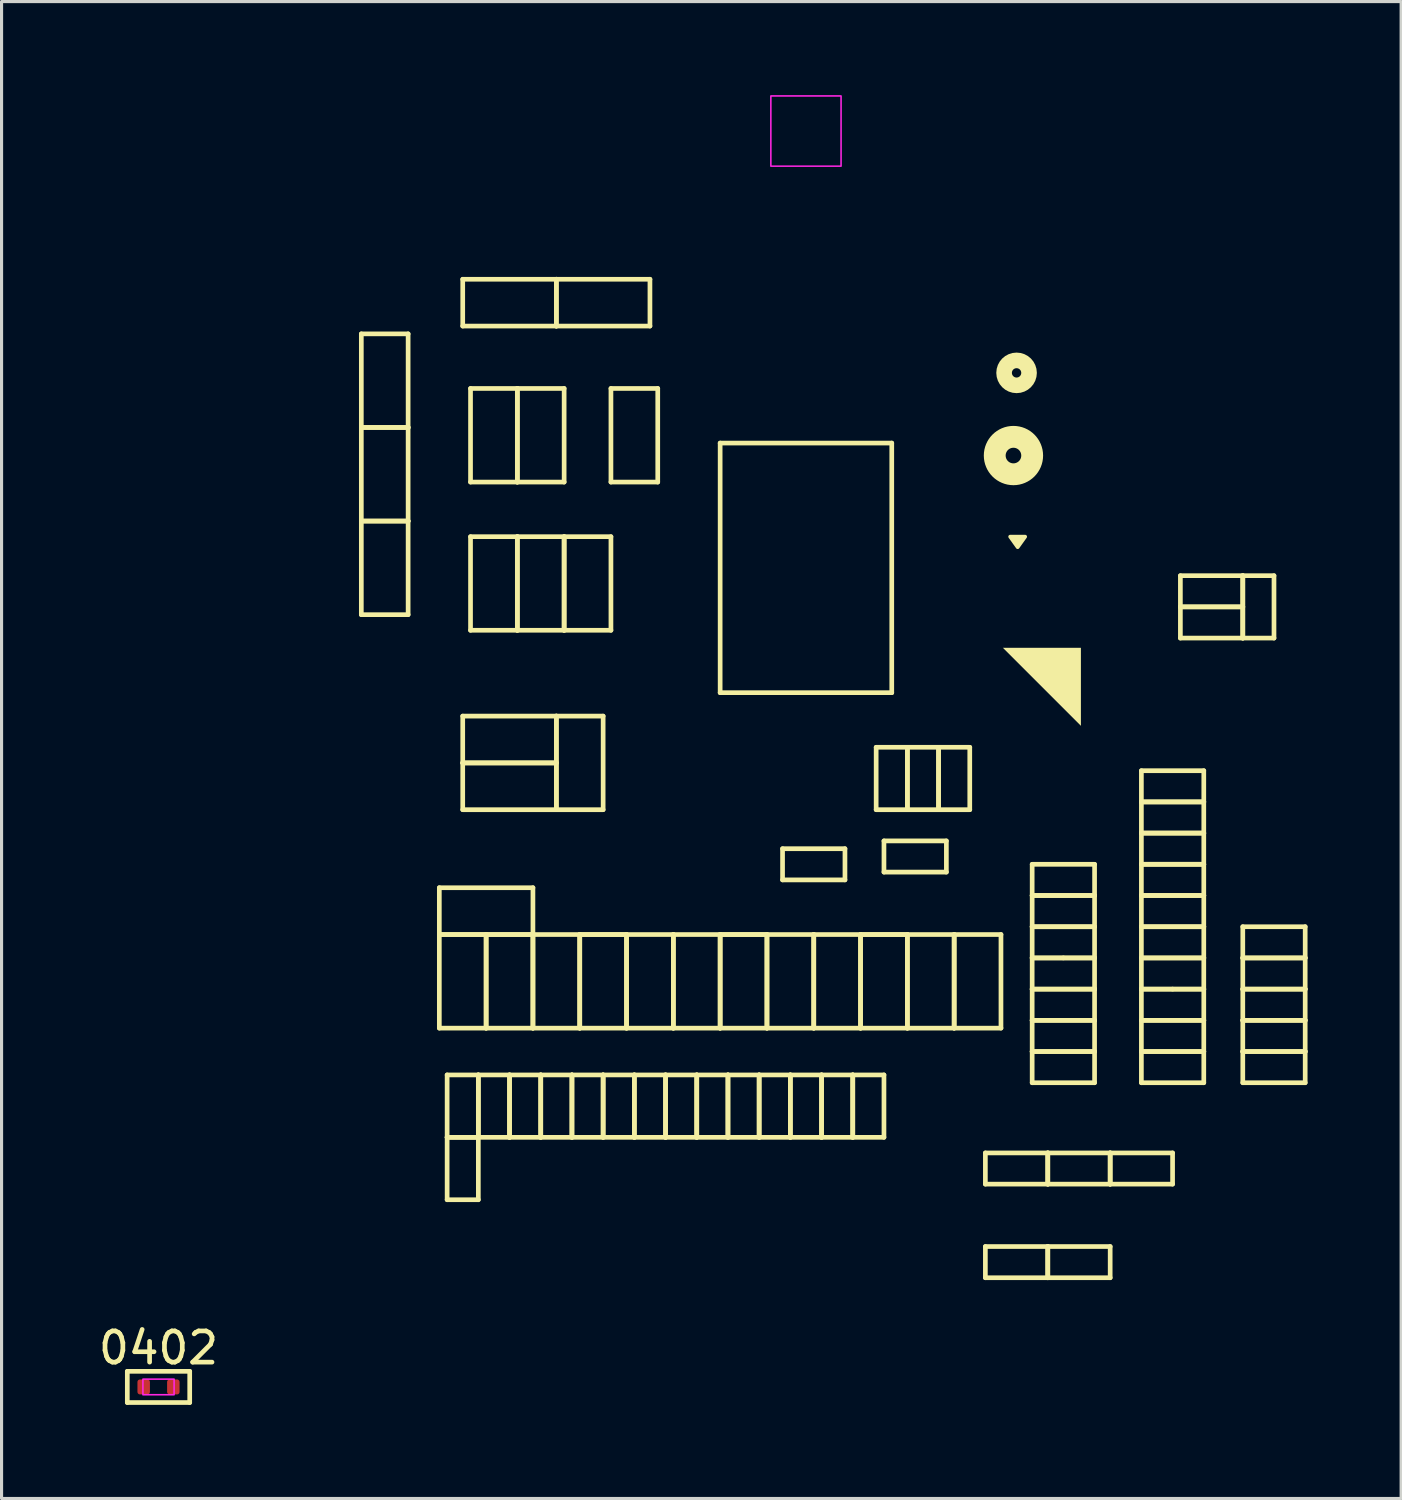
<source format=kicad_pcb>
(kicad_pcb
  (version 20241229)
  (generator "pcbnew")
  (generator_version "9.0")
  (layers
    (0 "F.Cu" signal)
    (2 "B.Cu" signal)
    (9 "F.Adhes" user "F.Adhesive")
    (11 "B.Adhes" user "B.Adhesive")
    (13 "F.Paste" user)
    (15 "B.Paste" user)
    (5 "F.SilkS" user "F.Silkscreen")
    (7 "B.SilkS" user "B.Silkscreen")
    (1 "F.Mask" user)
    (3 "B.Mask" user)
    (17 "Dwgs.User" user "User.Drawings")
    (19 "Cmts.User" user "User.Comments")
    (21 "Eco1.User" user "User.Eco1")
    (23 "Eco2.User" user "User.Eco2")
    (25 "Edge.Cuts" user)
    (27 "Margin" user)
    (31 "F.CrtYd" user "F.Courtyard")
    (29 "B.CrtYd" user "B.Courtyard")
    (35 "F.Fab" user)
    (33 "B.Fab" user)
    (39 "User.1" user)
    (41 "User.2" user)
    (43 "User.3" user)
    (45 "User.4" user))
  (footprint "0402"
    (layer "F.Cu")
    (at 2.03 41.4)
    (property "Reference" "0402" (at 0 -1.25 0) (layer "F.SilkS") (effects (font (size 1 1) (thickness 0.15))))
    (fp_line (start -1 -0.5) (end 1 -0.5) (stroke (width 0.15) (type solid)) (layer "F.SilkS"))
    (fp_line (start -1 0.5) (end -1 -0.5) (stroke (width 0.15) (type solid)) (layer "F.SilkS"))
    (fp_line (start -1 0.5) (end 1 0.5) (stroke (width 0.15) (type solid)) (layer "F.SilkS"))
    (fp_line (start 1 0.5) (end 1 -0.5) (stroke (width 0.15) (type solid)) (layer "F.SilkS"))
    (fp_line (start 6.5 -30.75) (end 6.5 -33.75) (stroke (width 0.15) (type solid)) (layer "F.SilkS"))
    (fp_line (start 6.5 -27.75) (end 6.5 -30.75) (stroke (width 0.15) (type solid)) (layer "F.SilkS"))
    (fp_line (start 6.5 -24.75) (end 6.5 -27.75) (stroke (width 0.15) (type solid)) (layer "F.SilkS"))
    (fp_line (start 8 -33.75) (end 6.5 -33.75) (stroke (width 0.15) (type solid)) (layer "F.SilkS"))
    (fp_line (start 8 -30.75) (end 6.5 -30.75) (stroke (width 0.15) (type solid)) (layer "F.SilkS"))
    (fp_line (start 8 -30.75) (end 6.5 -30.75) (stroke (width 0.15) (type solid)) (layer "F.SilkS"))
    (fp_line (start 8 -30.75) (end 8 -33.75) (stroke (width 0.15) (type solid)) (layer "F.SilkS"))
    (fp_line (start 8 -27.75) (end 6.5 -27.75) (stroke (width 0.15) (type solid)) (layer "F.SilkS"))
    (fp_line (start 8 -27.75) (end 6.5 -27.75) (stroke (width 0.15) (type solid)) (layer "F.SilkS"))
    (fp_line (start 8 -27.75) (end 8 -30.75) (stroke (width 0.15) (type solid)) (layer "F.SilkS"))
    (fp_line (start 8 -24.75) (end 6.5 -24.75) (stroke (width 0.15) (type solid)) (layer "F.SilkS"))
    (fp_line (start 8 -24.75) (end 8 -27.75) (stroke (width 0.15) (type solid)) (layer "F.SilkS"))
    (fp_line (start 9 -16) (end 9 -14.5) (stroke (width 0.15) (type solid)) (layer "F.SilkS"))
    (fp_line (start 9 -14.5) (end 9 -11.5) (stroke (width 0.15) (type solid)) (layer "F.SilkS"))
    (fp_line (start 9 -14.5) (end 10.5 -14.5) (stroke (width 0.15) (type solid)) (layer "F.SilkS"))
    (fp_line (start 9 -11.5) (end 10.5 -11.5) (stroke (width 0.15) (type solid)) (layer "F.SilkS"))
    (fp_line (start 9.25 -8) (end 9.25 -10) (stroke (width 0.15) (type solid)) (layer "F.SilkS"))
    (fp_line (start 9.25 -6) (end 9.25 -8) (stroke (width 0.15) (type solid)) (layer "F.SilkS"))
    (fp_line (start 9.75 -35.5) (end 9.75 -34) (stroke (width 0.15) (type solid)) (layer "F.SilkS"))
    (fp_line (start 9.75 -21.5) (end 9.75 -20) (stroke (width 0.15) (type solid)) (layer "F.SilkS"))
    (fp_line (start 9.75 -20) (end 9.75 -18.5) (stroke (width 0.15) (type solid)) (layer "F.SilkS"))
    (fp_line (start 10 -29) (end 10 -32) (stroke (width 0.15) (type solid)) (layer "F.SilkS"))
    (fp_line (start 10 -24.25) (end 10 -27.25) (stroke (width 0.15) (type solid)) (layer "F.SilkS"))
    (fp_line (start 10.25 -10) (end 9.25 -10) (stroke (width 0.15) (type solid)) (layer "F.SilkS"))
    (fp_line (start 10.25 -8) (end 9.25 -8) (stroke (width 0.15) (type solid)) (layer "F.SilkS"))
    (fp_line (start 10.25 -8) (end 9.25 -8) (stroke (width 0.15) (type solid)) (layer "F.SilkS"))
    (fp_line (start 10.25 -8) (end 10.25 -10) (stroke (width 0.15) (type solid)) (layer "F.SilkS"))
    (fp_line (start 10.25 -8) (end 10.25 -10) (stroke (width 0.15) (type solid)) (layer "F.SilkS"))
    (fp_line (start 10.25 -6) (end 9.25 -6) (stroke (width 0.15) (type solid)) (layer "F.SilkS"))
    (fp_line (start 10.25 -6) (end 10.25 -8) (stroke (width 0.15) (type solid)) (layer "F.SilkS"))
    (fp_line (start 10.5 -14.5) (end 10.5 -11.5) (stroke (width 0.15) (type solid)) (layer "F.SilkS"))
    (fp_line (start 10.5 -14.5) (end 10.5 -11.5) (stroke (width 0.15) (type solid)) (layer "F.SilkS"))
    (fp_line (start 10.5 -14.5) (end 12 -14.5) (stroke (width 0.15) (type solid)) (layer "F.SilkS"))
    (fp_line (start 10.5 -11.5) (end 12 -11.5) (stroke (width 0.15) (type solid)) (layer "F.SilkS"))
    (fp_line (start 11.25 -10) (end 10.25 -10) (stroke (width 0.15) (type solid)) (layer "F.SilkS"))
    (fp_line (start 11.25 -8) (end 10.25 -8) (stroke (width 0.15) (type solid)) (layer "F.SilkS"))
    (fp_line (start 11.25 -8) (end 11.25 -10) (stroke (width 0.15) (type solid)) (layer "F.SilkS"))
    (fp_line (start 11.25 -8) (end 11.25 -10) (stroke (width 0.15) (type solid)) (layer "F.SilkS"))
    (fp_line (start 11.5 -32) (end 10 -32) (stroke (width 0.15) (type solid)) (layer "F.SilkS"))
    (fp_line (start 11.5 -29) (end 10 -29) (stroke (width 0.15) (type solid)) (layer "F.SilkS"))
    (fp_line (start 11.5 -29) (end 11.5 -32) (stroke (width 0.15) (type solid)) (layer "F.SilkS"))
    (fp_line (start 11.5 -29) (end 11.5 -32) (stroke (width 0.15) (type solid)) (layer "F.SilkS"))
    (fp_line (start 11.5 -27.25) (end 10 -27.25) (stroke (width 0.15) (type solid)) (layer "F.SilkS"))
    (fp_line (start 11.5 -24.25) (end 10 -24.25) (stroke (width 0.15) (type solid)) (layer "F.SilkS"))
    (fp_line (start 11.5 -24.25) (end 11.5 -27.25) (stroke (width 0.15) (type solid)) (layer "F.SilkS"))
    (fp_line (start 11.5 -24.25) (end 11.5 -27.25) (stroke (width 0.15) (type solid)) (layer "F.SilkS"))
    (fp_line (start 12 -16) (end 9 -16) (stroke (width 0.15) (type solid)) (layer "F.SilkS"))
    (fp_line (start 12 -16) (end 12 -14.5) (stroke (width 0.15) (type solid)) (layer "F.SilkS"))
    (fp_line (start 12 -14.5) (end 9 -14.5) (stroke (width 0.15) (type solid)) (layer "F.SilkS"))
    (fp_line (start 12 -14.5) (end 12 -11.5) (stroke (width 0.15) (type solid)) (layer "F.SilkS"))
    (fp_line (start 12 -14.5) (end 12 -11.5) (stroke (width 0.15) (type solid)) (layer "F.SilkS"))
    (fp_line (start 12 -14.5) (end 13.5 -14.5) (stroke (width 0.15) (type solid)) (layer "F.SilkS"))
    (fp_line (start 12 -11.5) (end 13.5 -11.5) (stroke (width 0.15) (type solid)) (layer "F.SilkS"))
    (fp_line (start 12.25 -10) (end 11.25 -10) (stroke (width 0.15) (type solid)) (layer "F.SilkS"))
    (fp_line (start 12.25 -8) (end 11.25 -8) (stroke (width 0.15) (type solid)) (layer "F.SilkS"))
    (fp_line (start 12.25 -8) (end 12.25 -10) (stroke (width 0.15) (type solid)) (layer "F.SilkS"))
    (fp_line (start 12.25 -8) (end 12.25 -10) (stroke (width 0.15) (type solid)) (layer "F.SilkS"))
    (fp_line (start 12.75 -35.5) (end 9.75 -35.5) (stroke (width 0.15) (type solid)) (layer "F.SilkS"))
    (fp_line (start 12.75 -35.5) (end 12.75 -34) (stroke (width 0.15) (type solid)) (layer "F.SilkS"))
    (fp_line (start 12.75 -35.5) (end 12.75 -34) (stroke (width 0.15) (type solid)) (layer "F.SilkS"))
    (fp_line (start 12.75 -34) (end 9.75 -34) (stroke (width 0.15) (type solid)) (layer "F.SilkS"))
    (fp_line (start 12.75 -21.5) (end 9.75 -21.5) (stroke (width 0.15) (type solid)) (layer "F.SilkS"))
    (fp_line (start 12.75 -21.5) (end 12.75 -20) (stroke (width 0.15) (type solid)) (layer "F.SilkS"))
    (fp_line (start 12.75 -20) (end 9.75 -20) (stroke (width 0.15) (type solid)) (layer "F.SilkS"))
    (fp_line (start 12.75 -20) (end 9.75 -20) (stroke (width 0.15) (type solid)) (layer "F.SilkS"))
    (fp_line (start 12.75 -20) (end 12.75 -18.5) (stroke (width 0.15) (type solid)) (layer "F.SilkS"))
    (fp_line (start 12.75 -18.5) (end 9.75 -18.5) (stroke (width 0.15) (type solid)) (layer "F.SilkS"))
    (fp_line (start 12.75 -18.5) (end 12.75 -21.5) (stroke (width 0.15) (type solid)) (layer "F.SilkS"))
    (fp_line (start 13 -32) (end 11.5 -32) (stroke (width 0.15) (type solid)) (layer "F.SilkS"))
    (fp_line (start 13 -29) (end 11.5 -29) (stroke (width 0.15) (type solid)) (layer "F.SilkS"))
    (fp_line (start 13 -29) (end 13 -32) (stroke (width 0.15) (type solid)) (layer "F.SilkS"))
    (fp_line (start 13 -27.25) (end 11.5 -27.25) (stroke (width 0.15) (type solid)) (layer "F.SilkS"))
    (fp_line (start 13 -24.25) (end 11.5 -24.25) (stroke (width 0.15) (type solid)) (layer "F.SilkS"))
    (fp_line (start 13 -24.25) (end 13 -27.25) (stroke (width 0.15) (type solid)) (layer "F.SilkS"))
    (fp_line (start 13 -24.25) (end 13 -27.25) (stroke (width 0.15) (type solid)) (layer "F.SilkS"))
    (fp_line (start 13.25 -10) (end 12.25 -10) (stroke (width 0.15) (type solid)) (layer "F.SilkS"))
    (fp_line (start 13.25 -8) (end 12.25 -8) (stroke (width 0.15) (type solid)) (layer "F.SilkS"))
    (fp_line (start 13.25 -8) (end 13.25 -10) (stroke (width 0.15) (type solid)) (layer "F.SilkS"))
    (fp_line (start 13.25 -8) (end 13.25 -10) (stroke (width 0.15) (type solid)) (layer "F.SilkS"))
    (fp_line (start 13.5 -14.5) (end 13.5 -11.5) (stroke (width 0.15) (type solid)) (layer "F.SilkS"))
    (fp_line (start 13.5 -14.5) (end 13.5 -11.5) (stroke (width 0.15) (type solid)) (layer "F.SilkS"))
    (fp_line (start 13.5 -14.5) (end 15 -14.5) (stroke (width 0.15) (type solid)) (layer "F.SilkS"))
    (fp_line (start 13.5 -11.5) (end 15 -11.5) (stroke (width 0.15) (type solid)) (layer "F.SilkS"))
    (fp_line (start 14.25 -21.5) (end 12.75 -21.5) (stroke (width 0.15) (type solid)) (layer "F.SilkS"))
    (fp_line (start 14.25 -18.5) (end 12.75 -18.5) (stroke (width 0.15) (type solid)) (layer "F.SilkS"))
    (fp_line (start 14.25 -18.5) (end 14.25 -21.5) (stroke (width 0.15) (type solid)) (layer "F.SilkS"))
    (fp_line (start 14.25 -10) (end 13.25 -10) (stroke (width 0.15) (type solid)) (layer "F.SilkS"))
    (fp_line (start 14.25 -8) (end 13.25 -8) (stroke (width 0.15) (type solid)) (layer "F.SilkS"))
    (fp_line (start 14.25 -8) (end 14.25 -10) (stroke (width 0.15) (type solid)) (layer "F.SilkS"))
    (fp_line (start 14.25 -8) (end 14.25 -10) (stroke (width 0.15) (type solid)) (layer "F.SilkS"))
    (fp_line (start 14.5 -29) (end 14.5 -32) (stroke (width 0.15) (type solid)) (layer "F.SilkS"))
    (fp_line (start 14.5 -27.25) (end 13 -27.25) (stroke (width 0.15) (type solid)) (layer "F.SilkS"))
    (fp_line (start 14.5 -24.25) (end 13 -24.25) (stroke (width 0.15) (type solid)) (layer "F.SilkS"))
    (fp_line (start 14.5 -24.25) (end 14.5 -27.25) (stroke (width 0.15) (type solid)) (layer "F.SilkS"))
    (fp_line (start 15 -14.5) (end 15 -11.5) (stroke (width 0.15) (type solid)) (layer "F.SilkS"))
    (fp_line (start 15 -14.5) (end 15 -11.5) (stroke (width 0.15) (type solid)) (layer "F.SilkS"))
    (fp_line (start 15 -11.5) (end 16.5 -11.5) (stroke (width 0.15) (type solid)) (layer "F.SilkS"))
    (fp_line (start 15.25 -10) (end 14.25 -10) (stroke (width 0.15) (type solid)) (layer "F.SilkS"))
    (fp_line (start 15.25 -8) (end 14.25 -8) (stroke (width 0.15) (type solid)) (layer "F.SilkS"))
    (fp_line (start 15.25 -8) (end 15.25 -10) (stroke (width 0.15) (type solid)) (layer "F.SilkS"))
    (fp_line (start 15.25 -8) (end 15.25 -10) (stroke (width 0.15) (type solid)) (layer "F.SilkS"))
    (fp_line (start 15.75 -35.5) (end 12.75 -35.5) (stroke (width 0.15) (type solid)) (layer "F.SilkS"))
    (fp_line (start 15.75 -35.5) (end 15.75 -34) (stroke (width 0.15) (type solid)) (layer "F.SilkS"))
    (fp_line (start 15.75 -34) (end 12.75 -34) (stroke (width 0.15) (type solid)) (layer "F.SilkS"))
    (fp_line (start 16 -32) (end 14.5 -32) (stroke (width 0.15) (type solid)) (layer "F.SilkS"))
    (fp_line (start 16 -29) (end 14.5 -29) (stroke (width 0.15) (type solid)) (layer "F.SilkS"))
    (fp_line (start 16 -29) (end 16 -32) (stroke (width 0.15) (type solid)) (layer "F.SilkS"))
    (fp_line (start 16.25 -10) (end 15.25 -10) (stroke (width 0.15) (type solid)) (layer "F.SilkS"))
    (fp_line (start 16.25 -8) (end 15.25 -8) (stroke (width 0.15) (type solid)) (layer "F.SilkS"))
    (fp_line (start 16.25 -8) (end 16.25 -10) (stroke (width 0.15) (type solid)) (layer "F.SilkS"))
    (fp_line (start 16.25 -8) (end 16.25 -10) (stroke (width 0.15) (type solid)) (layer "F.SilkS"))
    (fp_line (start 16.5 -14.5) (end 13.5 -14.5) (stroke (width 0.15) (type solid)) (layer "F.SilkS"))
    (fp_line (start 16.5 -14.5) (end 16.5 -11.5) (stroke (width 0.15) (type solid)) (layer "F.SilkS"))
    (fp_line (start 16.5 -14.5) (end 16.5 -11.5) (stroke (width 0.15) (type solid)) (layer "F.SilkS"))
    (fp_line (start 16.5 -14.5) (end 18 -14.5) (stroke (width 0.15) (type solid)) (layer "F.SilkS"))
    (fp_line (start 16.5 -11.5) (end 18 -11.5) (stroke (width 0.15) (type solid)) (layer "F.SilkS"))
    (fp_line (start 17.25 -10) (end 16.25 -10) (stroke (width 0.15) (type solid)) (layer "F.SilkS"))
    (fp_line (start 17.25 -8) (end 16.25 -8) (stroke (width 0.15) (type solid)) (layer "F.SilkS"))
    (fp_line (start 17.25 -8) (end 17.25 -10) (stroke (width 0.15) (type solid)) (layer "F.SilkS"))
    (fp_line (start 17.25 -8) (end 17.25 -10) (stroke (width 0.15) (type solid)) (layer "F.SilkS"))
    (fp_line (start 18 -22.25) (end 18 -30.25) (stroke (width 0.15) (type solid)) (layer "F.SilkS"))
    (fp_line (start 18 -14.5) (end 18 -11.5) (stroke (width 0.15) (type solid)) (layer "F.SilkS"))
    (fp_line (start 18 -14.5) (end 18 -11.5) (stroke (width 0.15) (type solid)) (layer "F.SilkS"))
    (fp_line (start 18 -14.5) (end 19.5 -14.5) (stroke (width 0.15) (type solid)) (layer "F.SilkS"))
    (fp_line (start 18 -11.5) (end 19.5 -11.5) (stroke (width 0.15) (type solid)) (layer "F.SilkS"))
    (fp_line (start 18.25 -10) (end 17.25 -10) (stroke (width 0.15) (type solid)) (layer "F.SilkS"))
    (fp_line (start 18.25 -8) (end 17.25 -8) (stroke (width 0.15) (type solid)) (layer "F.SilkS"))
    (fp_line (start 18.25 -8) (end 18.25 -10) (stroke (width 0.15) (type solid)) (layer "F.SilkS"))
    (fp_line (start 18.25 -8) (end 18.25 -10) (stroke (width 0.15) (type solid)) (layer "F.SilkS"))
    (fp_line (start 19.25 -10) (end 18.25 -10) (stroke (width 0.15) (type solid)) (layer "F.SilkS"))
    (fp_line (start 19.25 -8) (end 18.25 -8) (stroke (width 0.15) (type solid)) (layer "F.SilkS"))
    (fp_line (start 19.25 -8) (end 19.25 -10) (stroke (width 0.15) (type solid)) (layer "F.SilkS"))
    (fp_line (start 19.25 -8) (end 19.25 -10) (stroke (width 0.15) (type solid)) (layer "F.SilkS"))
    (fp_line (start 19.5 -14.5) (end 19.5 -11.5) (stroke (width 0.15) (type solid)) (layer "F.SilkS"))
    (fp_line (start 19.5 -14.5) (end 19.5 -11.5) (stroke (width 0.15) (type solid)) (layer "F.SilkS"))
    (fp_line (start 19.5 -11.5) (end 21 -11.5) (stroke (width 0.15) (type solid)) (layer "F.SilkS"))
    (fp_line (start 20 -17.25) (end 22 -17.25) (stroke (width 0.15) (type solid)) (layer "F.SilkS"))
    (fp_line (start 20 -16.25) (end 20 -17.25) (stroke (width 0.15) (type solid)) (layer "F.SilkS"))
    (fp_line (start 20 -16.25) (end 22 -16.25) (stroke (width 0.15) (type solid)) (layer "F.SilkS"))
    (fp_line (start 20.25 -10) (end 19.25 -10) (stroke (width 0.15) (type solid)) (layer "F.SilkS"))
    (fp_line (start 20.25 -8) (end 19.25 -8) (stroke (width 0.15) (type solid)) (layer "F.SilkS"))
    (fp_line (start 20.25 -8) (end 20.25 -10) (stroke (width 0.15) (type solid)) (layer "F.SilkS"))
    (fp_line (start 20.25 -8) (end 20.25 -10) (stroke (width 0.15) (type solid)) (layer "F.SilkS"))
    (fp_line (start 21 -14.5) (end 18 -14.5) (stroke (width 0.15) (type solid)) (layer "F.SilkS"))
    (fp_line (start 21 -14.5) (end 21 -11.5) (stroke (width 0.15) (type solid)) (layer "F.SilkS"))
    (fp_line (start 21 -14.5) (end 21 -11.5) (stroke (width 0.15) (type solid)) (layer "F.SilkS"))
    (fp_line (start 21 -14.5) (end 22.5 -14.5) (stroke (width 0.15) (type solid)) (layer "F.SilkS"))
    (fp_line (start 21 -11.5) (end 22.5 -11.5) (stroke (width 0.15) (type solid)) (layer "F.SilkS"))
    (fp_line (start 21.25 -10) (end 20.25 -10) (stroke (width 0.15) (type solid)) (layer "F.SilkS"))
    (fp_line (start 21.25 -8) (end 20.25 -8) (stroke (width 0.15) (type solid)) (layer "F.SilkS"))
    (fp_line (start 21.25 -8) (end 21.25 -10) (stroke (width 0.15) (type solid)) (layer "F.SilkS"))
    (fp_line (start 21.25 -8) (end 21.25 -10) (stroke (width 0.15) (type solid)) (layer "F.SilkS"))
    (fp_line (start 22 -16.25) (end 22 -17.25) (stroke (width 0.15) (type solid)) (layer "F.SilkS"))
    (fp_line (start 22.25 -10) (end 21.25 -10) (stroke (width 0.15) (type solid)) (layer "F.SilkS"))
    (fp_line (start 22.25 -8) (end 21.25 -8) (stroke (width 0.15) (type solid)) (layer "F.SilkS"))
    (fp_line (start 22.25 -8) (end 22.25 -10) (stroke (width 0.15) (type solid)) (layer "F.SilkS"))
    (fp_line (start 22.25 -8) (end 22.25 -10) (stroke (width 0.15) (type solid)) (layer "F.SilkS"))
    (fp_line (start 22.5 -14.5) (end 22.5 -11.5) (stroke (width 0.15) (type solid)) (layer "F.SilkS"))
    (fp_line (start 22.5 -14.5) (end 22.5 -11.5) (stroke (width 0.15) (type solid)) (layer "F.SilkS"))
    (fp_line (start 22.5 -14.5) (end 24 -14.5) (stroke (width 0.15) (type solid)) (layer "F.SilkS"))
    (fp_line (start 22.5 -11.5) (end 24 -11.5) (stroke (width 0.15) (type solid)) (layer "F.SilkS"))
    (fp_line (start 23 -18.5) (end 23 -20.5) (stroke (width 0.15) (type solid)) (layer "F.SilkS"))
    (fp_line (start 23.25 -17.5) (end 25.25 -17.5) (stroke (width 0.15) (type solid)) (layer "F.SilkS"))
    (fp_line (start 23.25 -16.5) (end 23.25 -17.5) (stroke (width 0.15) (type solid)) (layer "F.SilkS"))
    (fp_line (start 23.25 -16.5) (end 25.25 -16.5) (stroke (width 0.15) (type solid)) (layer "F.SilkS"))
    (fp_line (start 23.25 -10) (end 22.25 -10) (stroke (width 0.15) (type solid)) (layer "F.SilkS"))
    (fp_line (start 23.25 -8) (end 22.25 -8) (stroke (width 0.15) (type solid)) (layer "F.SilkS"))
    (fp_line (start 23.25 -8) (end 23.25 -10) (stroke (width 0.15) (type solid)) (layer "F.SilkS"))
    (fp_line (start 23.5 -30.25) (end 18 -30.25) (stroke (width 0.15) (type solid)) (layer "F.SilkS"))
    (fp_line (start 23.5 -22.25) (end 18 -22.25) (stroke (width 0.15) (type solid)) (layer "F.SilkS"))
    (fp_line (start 23.5 -22.25) (end 23.5 -30.25) (stroke (width 0.15) (type solid)) (layer "F.SilkS"))
    (fp_line (start 24 -20.5) (end 23 -20.5) (stroke (width 0.15) (type solid)) (layer "F.SilkS"))
    (fp_line (start 24 -18.5) (end 23 -18.5) (stroke (width 0.15) (type solid)) (layer "F.SilkS"))
    (fp_line (start 24 -18.5) (end 24 -20.5) (stroke (width 0.15) (type solid)) (layer "F.SilkS"))
    (fp_line (start 24 -18.5) (end 24 -20.5) (stroke (width 0.15) (type solid)) (layer "F.SilkS"))
    (fp_line (start 24 -14.5) (end 24 -11.5) (stroke (width 0.15) (type solid)) (layer "F.SilkS"))
    (fp_line (start 24 -14.5) (end 24 -11.5) (stroke (width 0.15) (type solid)) (layer "F.SilkS"))
    (fp_line (start 24 -11.5) (end 25.5 -11.5) (stroke (width 0.15) (type solid)) (layer "F.SilkS"))
    (fp_line (start 25 -20.5) (end 24 -20.5) (stroke (width 0.15) (type solid)) (layer "F.SilkS"))
    (fp_line (start 25 -18.5) (end 24 -18.5) (stroke (width 0.15) (type solid)) (layer "F.SilkS"))
    (fp_line (start 25 -18.5) (end 25 -20.5) (stroke (width 0.15) (type solid)) (layer "F.SilkS"))
    (fp_line (start 25 -18.5) (end 25 -20.5) (stroke (width 0.15) (type solid)) (layer "F.SilkS"))
    (fp_line (start 25.25 -16.5) (end 25.25 -17.5) (stroke (width 0.15) (type solid)) (layer "F.SilkS"))
    (fp_line (start 25.5 -14.5) (end 22.5 -14.5) (stroke (width 0.15) (type solid)) (layer "F.SilkS"))
    (fp_line (start 25.5 -14.5) (end 25.5 -11.5) (stroke (width 0.15) (type solid)) (layer "F.SilkS"))
    (fp_line (start 25.5 -14.5) (end 25.5 -11.5) (stroke (width 0.15) (type solid)) (layer "F.SilkS"))
    (fp_line (start 25.5 -14.5) (end 27 -14.5) (stroke (width 0.15) (type solid)) (layer "F.SilkS"))
    (fp_line (start 25.5 -11.5) (end 27 -11.5) (stroke (width 0.15) (type solid)) (layer "F.SilkS"))
    (fp_line (start 26 -20.5) (end 25 -20.5) (stroke (width 0.15) (type solid)) (layer "F.SilkS"))
    (fp_line (start 26 -18.5) (end 25 -18.5) (stroke (width 0.15) (type solid)) (layer "F.SilkS"))
    (fp_line (start 26 -18.5) (end 26 -20.5) (stroke (width 0.15) (type solid)) (layer "F.SilkS"))
    (fp_line (start 26.5 -7.5) (end 26.5 -6.5) (stroke (width 0.15) (type solid)) (layer "F.SilkS"))
    (fp_line (start 26.5 -6.5) (end 28.5 -6.5) (stroke (width 0.15) (type solid)) (layer "F.SilkS"))
    (fp_line (start 26.5 -4.5) (end 26.5 -3.5) (stroke (width 0.15) (type solid)) (layer "F.SilkS"))
    (fp_line (start 26.5 -3.5) (end 28.5 -3.5) (stroke (width 0.15) (type solid)) (layer "F.SilkS"))
    (fp_line (start 27 -14.5) (end 27 -11.5) (stroke (width 0.15) (type solid)) (layer "F.SilkS"))
    (fp_line (start 28 -16.75) (end 28 -15.75) (stroke (width 0.15) (type solid)) (layer "F.SilkS"))
    (fp_line (start 28 -15.75) (end 28 -14.75) (stroke (width 0.15) (type solid)) (layer "F.SilkS"))
    (fp_line (start 28 -14.75) (end 28 -13.75) (stroke (width 0.15) (type solid)) (layer "F.SilkS"))
    (fp_line (start 28 -13.75) (end 28 -12.75) (stroke (width 0.15) (type solid)) (layer "F.SilkS"))
    (fp_line (start 28 -12.75) (end 28 -11.75) (stroke (width 0.15) (type solid)) (layer "F.SilkS"))
    (fp_line (start 28 -11.75) (end 28 -10.75) (stroke (width 0.15) (type solid)) (layer "F.SilkS"))
    (fp_line (start 28 -10.75) (end 30 -10.75) (stroke (width 0.15) (type solid)) (layer "F.SilkS"))
    (fp_line (start 28 -9.75) (end 28 -10.75) (stroke (width 0.15) (type solid)) (layer "F.SilkS"))
    (fp_line (start 28 -9.75) (end 30 -9.75) (stroke (width 0.15) (type solid)) (layer "F.SilkS"))
    (fp_line (start 28.5 -7.5) (end 26.5 -7.5) (stroke (width 0.15) (type solid)) (layer "F.SilkS"))
    (fp_line (start 28.5 -7.5) (end 28.5 -6.5) (stroke (width 0.15) (type solid)) (layer "F.SilkS"))
    (fp_line (start 28.5 -7.5) (end 28.5 -6.5) (stroke (width 0.15) (type solid)) (layer "F.SilkS"))
    (fp_line (start 28.5 -6.5) (end 30.5 -6.5) (stroke (width 0.15) (type solid)) (layer "F.SilkS"))
    (fp_line (start 28.5 -4.5) (end 26.5 -4.5) (stroke (width 0.15) (type solid)) (layer "F.SilkS"))
    (fp_line (start 28.5 -4.5) (end 28.5 -3.5) (stroke (width 0.15) (type solid)) (layer "F.SilkS"))
    (fp_line (start 28.5 -4.5) (end 28.5 -3.5) (stroke (width 0.15) (type solid)) (layer "F.SilkS"))
    (fp_line (start 28.5 -3.5) (end 30.5 -3.5) (stroke (width 0.15) (type solid)) (layer "F.SilkS"))
    (fp_line (start 29 -13.75) (end 28 -13.75) (stroke (width 0.15) (type solid)) (layer "F.SilkS"))
    (fp_line (start 30 -16.75) (end 28 -16.75) (stroke (width 0.15) (type solid)) (layer "F.SilkS"))
    (fp_line (start 30 -16.75) (end 30 -15.75) (stroke (width 0.15) (type solid)) (layer "F.SilkS"))
    (fp_line (start 30 -15.75) (end 28 -15.75) (stroke (width 0.15) (type solid)) (layer "F.SilkS"))
    (fp_line (start 30 -15.75) (end 28 -15.75) (stroke (width 0.15) (type solid)) (layer "F.SilkS"))
    (fp_line (start 30 -15.75) (end 30 -13.75) (stroke (width 0.15) (type solid)) (layer "F.SilkS"))
    (fp_line (start 30 -14.75) (end 28 -14.75) (stroke (width 0.15) (type solid)) (layer "F.SilkS"))
    (fp_line (start 30 -14.75) (end 28 -14.75) (stroke (width 0.15) (type solid)) (layer "F.SilkS"))
    (fp_line (start 30 -13.75) (end 28 -13.75) (stroke (width 0.15) (type solid)) (layer "F.SilkS"))
    (fp_line (start 30 -13.75) (end 29 -13.75) (stroke (width 0.15) (type solid)) (layer "F.SilkS"))
    (fp_line (start 30 -13.75) (end 30 -12.75) (stroke (width 0.15) (type solid)) (layer "F.SilkS"))
    (fp_line (start 30 -12.75) (end 28 -12.75) (stroke (width 0.15) (type solid)) (layer "F.SilkS"))
    (fp_line (start 30 -12.75) (end 28 -12.75) (stroke (width 0.15) (type solid)) (layer "F.SilkS"))
    (fp_line (start 30 -12.75) (end 30 -11.75) (stroke (width 0.15) (type solid)) (layer "F.SilkS"))
    (fp_line (start 30 -11.75) (end 28 -11.75) (stroke (width 0.15) (type solid)) (layer "F.SilkS"))
    (fp_line (start 30 -11.75) (end 28 -11.75) (stroke (width 0.15) (type solid)) (layer "F.SilkS"))
    (fp_line (start 30 -11.75) (end 30 -10.75) (stroke (width 0.15) (type solid)) (layer "F.SilkS"))
    (fp_line (start 30 -10.75) (end 28 -10.75) (stroke (width 0.15) (type solid)) (layer "F.SilkS"))
    (fp_line (start 30 -9.75) (end 30 -10.75) (stroke (width 0.15) (type solid)) (layer "F.SilkS"))
    (fp_line (start 30.5 -7.5) (end 28.5 -7.5) (stroke (width 0.15) (type solid)) (layer "F.SilkS"))
    (fp_line (start 30.5 -7.5) (end 30.5 -6.5) (stroke (width 0.15) (type solid)) (layer "F.SilkS"))
    (fp_line (start 30.5 -7.5) (end 30.5 -6.5) (stroke (width 0.15) (type solid)) (layer "F.SilkS"))
    (fp_line (start 30.5 -6.5) (end 32.5 -6.5) (stroke (width 0.15) (type solid)) (layer "F.SilkS"))
    (fp_line (start 30.5 -4.5) (end 28.5 -4.5) (stroke (width 0.15) (type solid)) (layer "F.SilkS"))
    (fp_line (start 30.5 -4.5) (end 30.5 -3.5) (stroke (width 0.15) (type solid)) (layer "F.SilkS"))
    (fp_line (start 31.5 -19.75) (end 31.5 -18.75) (stroke (width 0.15) (type solid)) (layer "F.SilkS"))
    (fp_line (start 31.5 -18.75) (end 31.5 -17.75) (stroke (width 0.15) (type solid)) (layer "F.SilkS"))
    (fp_line (start 31.5 -18.75) (end 33.5 -18.75) (stroke (width 0.15) (type solid)) (layer "F.SilkS"))
    (fp_line (start 31.5 -17.75) (end 31.5 -16.75) (stroke (width 0.15) (type solid)) (layer "F.SilkS"))
    (fp_line (start 31.5 -17.75) (end 33.5 -17.75) (stroke (width 0.15) (type solid)) (layer "F.SilkS"))
    (fp_line (start 31.5 -16.75) (end 31.5 -15.75) (stroke (width 0.15) (type solid)) (layer "F.SilkS"))
    (fp_line (start 31.5 -16.75) (end 33.5 -16.75) (stroke (width 0.15) (type solid)) (layer "F.SilkS"))
    (fp_line (start 31.5 -15.75) (end 33.5 -15.75) (stroke (width 0.15) (type solid)) (layer "F.SilkS"))
    (fp_line (start 31.5 -14.75) (end 31.5 -15.75) (stroke (width 0.15) (type solid)) (layer "F.SilkS"))
    (fp_line (start 31.5 -14.75) (end 33.5 -14.75) (stroke (width 0.15) (type solid)) (layer "F.SilkS"))
    (fp_line (start 31.5 -14.75) (end 33.5 -14.75) (stroke (width 0.15) (type solid)) (layer "F.SilkS"))
    (fp_line (start 31.5 -13.75) (end 31.5 -14.75) (stroke (width 0.15) (type solid)) (layer "F.SilkS"))
    (fp_line (start 31.5 -13.75) (end 33.5 -13.75) (stroke (width 0.15) (type solid)) (layer "F.SilkS"))
    (fp_line (start 31.5 -13.75) (end 33.5 -13.75) (stroke (width 0.15) (type solid)) (layer "F.SilkS"))
    (fp_line (start 31.5 -12.75) (end 31.5 -13.75) (stroke (width 0.15) (type solid)) (layer "F.SilkS"))
    (fp_line (start 31.5 -12.75) (end 32.5 -12.75) (stroke (width 0.15) (type solid)) (layer "F.SilkS"))
    (fp_line (start 31.5 -12.75) (end 33.5 -12.75) (stroke (width 0.15) (type solid)) (layer "F.SilkS"))
    (fp_line (start 31.5 -11.75) (end 33.5 -11.75) (stroke (width 0.15) (type solid)) (layer "F.SilkS"))
    (fp_line (start 31.5 -11.75) (end 33.5 -11.75) (stroke (width 0.15) (type solid)) (layer "F.SilkS"))
    (fp_line (start 31.5 -10.75) (end 31.5 -12.75) (stroke (width 0.15) (type solid)) (layer "F.SilkS"))
    (fp_line (start 31.5 -10.75) (end 33.5 -10.75) (stroke (width 0.15) (type solid)) (layer "F.SilkS"))
    (fp_line (start 31.5 -10.75) (end 33.5 -10.75) (stroke (width 0.15) (type solid)) (layer "F.SilkS"))
    (fp_line (start 31.5 -9.75) (end 31.5 -10.75) (stroke (width 0.15) (type solid)) (layer "F.SilkS"))
    (fp_line (start 31.5 -9.75) (end 33.5 -9.75) (stroke (width 0.15) (type solid)) (layer "F.SilkS"))
    (fp_line (start 32.5 -12.75) (end 33.5 -12.75) (stroke (width 0.15) (type solid)) (layer "F.SilkS"))
    (fp_line (start 32.5 -7.5) (end 30.5 -7.5) (stroke (width 0.15) (type solid)) (layer "F.SilkS"))
    (fp_line (start 32.5 -7.5) (end 32.5 -6.5) (stroke (width 0.15) (type solid)) (layer "F.SilkS"))
    (fp_line (start 32.75 -26) (end 34.75 -26) (stroke (width 0.15) (type solid)) (layer "F.SilkS"))
    (fp_line (start 32.75 -25) (end 32.75 -26) (stroke (width 0.15) (type solid)) (layer "F.SilkS"))
    (fp_line (start 32.75 -25) (end 34.75 -25) (stroke (width 0.15) (type solid)) (layer "F.SilkS"))
    (fp_line (start 32.75 -25) (end 34.75 -25) (stroke (width 0.15) (type solid)) (layer "F.SilkS"))
    (fp_line (start 32.75 -24) (end 32.75 -25) (stroke (width 0.15) (type solid)) (layer "F.SilkS"))
    (fp_line (start 32.75 -24) (end 34.75 -24) (stroke (width 0.15) (type solid)) (layer "F.SilkS"))
    (fp_line (start 33.5 -19.75) (end 31.5 -19.75) (stroke (width 0.15) (type solid)) (layer "F.SilkS"))
    (fp_line (start 33.5 -19.75) (end 33.5 -18.75) (stroke (width 0.15) (type solid)) (layer "F.SilkS"))
    (fp_line (start 33.5 -18.75) (end 31.5 -18.75) (stroke (width 0.15) (type solid)) (layer "F.SilkS"))
    (fp_line (start 33.5 -18.75) (end 33.5 -17.75) (stroke (width 0.15) (type solid)) (layer "F.SilkS"))
    (fp_line (start 33.5 -17.75) (end 31.5 -17.75) (stroke (width 0.15) (type solid)) (layer "F.SilkS"))
    (fp_line (start 33.5 -17.75) (end 33.5 -16.75) (stroke (width 0.15) (type solid)) (layer "F.SilkS"))
    (fp_line (start 33.5 -16.75) (end 31.5 -16.75) (stroke (width 0.15) (type solid)) (layer "F.SilkS"))
    (fp_line (start 33.5 -16.75) (end 33.5 -15.75) (stroke (width 0.15) (type solid)) (layer "F.SilkS"))
    (fp_line (start 33.5 -15.75) (end 31.5 -15.75) (stroke (width 0.15) (type solid)) (layer "F.SilkS"))
    (fp_line (start 33.5 -14.75) (end 33.5 -15.75) (stroke (width 0.15) (type solid)) (layer "F.SilkS"))
    (fp_line (start 33.5 -13.75) (end 33.5 -14.75) (stroke (width 0.15) (type solid)) (layer "F.SilkS"))
    (fp_line (start 33.5 -12.75) (end 33.5 -13.75) (stroke (width 0.15) (type solid)) (layer "F.SilkS"))
    (fp_line (start 33.5 -11.75) (end 33.5 -12.75) (stroke (width 0.15) (type solid)) (layer "F.SilkS"))
    (fp_line (start 33.5 -10.75) (end 33.5 -11.75) (stroke (width 0.15) (type solid)) (layer "F.SilkS"))
    (fp_line (start 33.5 -9.75) (end 33.5 -10.75) (stroke (width 0.15) (type solid)) (layer "F.SilkS"))
    (fp_line (start 34.75 -25) (end 34.75 -26) (stroke (width 0.15) (type solid)) (layer "F.SilkS"))
    (fp_line (start 34.75 -24) (end 34.75 -26) (stroke (width 0.15) (type solid)) (layer "F.SilkS"))
    (fp_line (start 34.75 -24) (end 34.75 -25) (stroke (width 0.15) (type solid)) (layer "F.SilkS"))
    (fp_line (start 34.75 -14.75) (end 34.75 -13.75) (stroke (width 0.15) (type solid)) (layer "F.SilkS"))
    (fp_line (start 34.75 -13.75) (end 34.75 -12.75) (stroke (width 0.15) (type solid)) (layer "F.SilkS"))
    (fp_line (start 34.75 -13.75) (end 36.75 -13.75) (stroke (width 0.15) (type solid)) (layer "F.SilkS"))
    (fp_line (start 34.75 -12.75) (end 34.75 -11.75) (stroke (width 0.15) (type solid)) (layer "F.SilkS"))
    (fp_line (start 34.75 -12.75) (end 36.75 -12.75) (stroke (width 0.15) (type solid)) (layer "F.SilkS"))
    (fp_line (start 34.75 -11.75) (end 34.75 -10.75) (stroke (width 0.15) (type solid)) (layer "F.SilkS"))
    (fp_line (start 34.75 -11.75) (end 36.75 -11.75) (stroke (width 0.15) (type solid)) (layer "F.SilkS"))
    (fp_line (start 34.75 -10.75) (end 34.75 -9.75) (stroke (width 0.15) (type solid)) (layer "F.SilkS"))
    (fp_line (start 34.75 -10.75) (end 36.75 -10.75) (stroke (width 0.15) (type solid)) (layer "F.SilkS"))
    (fp_line (start 34.75 -9.75) (end 36.75 -9.75) (stroke (width 0.15) (type solid)) (layer "F.SilkS"))
    (fp_line (start 35.75 -26) (end 34.75 -26) (stroke (width 0.15) (type solid)) (layer "F.SilkS"))
    (fp_line (start 35.75 -24) (end 34.75 -24) (stroke (width 0.15) (type solid)) (layer "F.SilkS"))
    (fp_line (start 35.75 -24) (end 35.75 -26) (stroke (width 0.15) (type solid)) (layer "F.SilkS"))
    (fp_line (start 36.75 -14.75) (end 34.75 -14.75) (stroke (width 0.15) (type solid)) (layer "F.SilkS"))
    (fp_line (start 36.75 -14.75) (end 36.75 -13.75) (stroke (width 0.15) (type solid)) (layer "F.SilkS"))
    (fp_line (start 36.75 -13.75) (end 34.75 -13.75) (stroke (width 0.15) (type solid)) (layer "F.SilkS"))
    (fp_line (start 36.75 -13.75) (end 36.75 -12.75) (stroke (width 0.15) (type solid)) (layer "F.SilkS"))
    (fp_line (start 36.75 -12.75) (end 34.75 -12.75) (stroke (width 0.15) (type solid)) (layer "F.SilkS"))
    (fp_line (start 36.75 -12.75) (end 36.75 -11.75) (stroke (width 0.15) (type solid)) (layer "F.SilkS"))
    (fp_line (start 36.75 -11.75) (end 34.75 -11.75) (stroke (width 0.15) (type solid)) (layer "F.SilkS"))
    (fp_line (start 36.75 -11.75) (end 36.75 -10.75) (stroke (width 0.15) (type solid)) (layer "F.SilkS"))
    (fp_line (start 36.75 -10.75) (end 34.75 -10.75) (stroke (width 0.15) (type solid)) (layer "F.SilkS"))
    (fp_line (start 36.75 -10.75) (end 36.75 -9.75) (stroke (width 0.15) (type solid)) (layer "F.SilkS"))
    (fp_circle (center 27.4 -29.85) (end 27.15 -29.85) (stroke (width 0.7) (type solid)) (fill no) (layer "F.SilkS"))
    (fp_circle (center 27.5 -32.5) (end 27.5 -32.65) (stroke (width 0.5) (type solid)) (fill no) (layer "F.SilkS"))
    (fp_poly (pts (xy 29.562 -23.688) (xy 27.062 -23.688) (xy 29.562 -21.188)) (stroke (width 0) (type default)) (fill yes) (layer "F.SilkS"))
    (fp_poly (pts (xy 27.535 -26.914) (xy 27.295 -27.25) (xy 27.775 -27.25) (xy 27.535 -26.914)) (stroke (width 0.12) (type solid)) (fill yes) (layer "F.SilkS"))
    (fp_rect (start -0.5 -0.25) (end 0.5 0.25) (stroke (width 0.05) (type solid)) (fill no) (layer "F.CrtYd"))
    (fp_rect (start 19.625 -41.375) (end 21.875 -39.125) (stroke (width 0.05) (type solid)) (fill no) (layer "F.CrtYd"))
    (pad "1" smd roundrect (at -0.475 0) (size 0.4 0.48) (layers "F.Cu" "F.Mask" "F.Paste") (roundrect_rratio 0.2))
    (pad "2" smd roundrect (at 0.475 0) (size 0.4 0.48) (layers "F.Cu" "F.Mask" "F.Paste") (roundrect_rratio 0.2)))
  (gr_rect
    (start -3 -3)
    (end 41.855 44.975)
    (stroke (width 0.1) (type default))
    (fill no)
    (layer "Edge.Cuts")))
</source>
